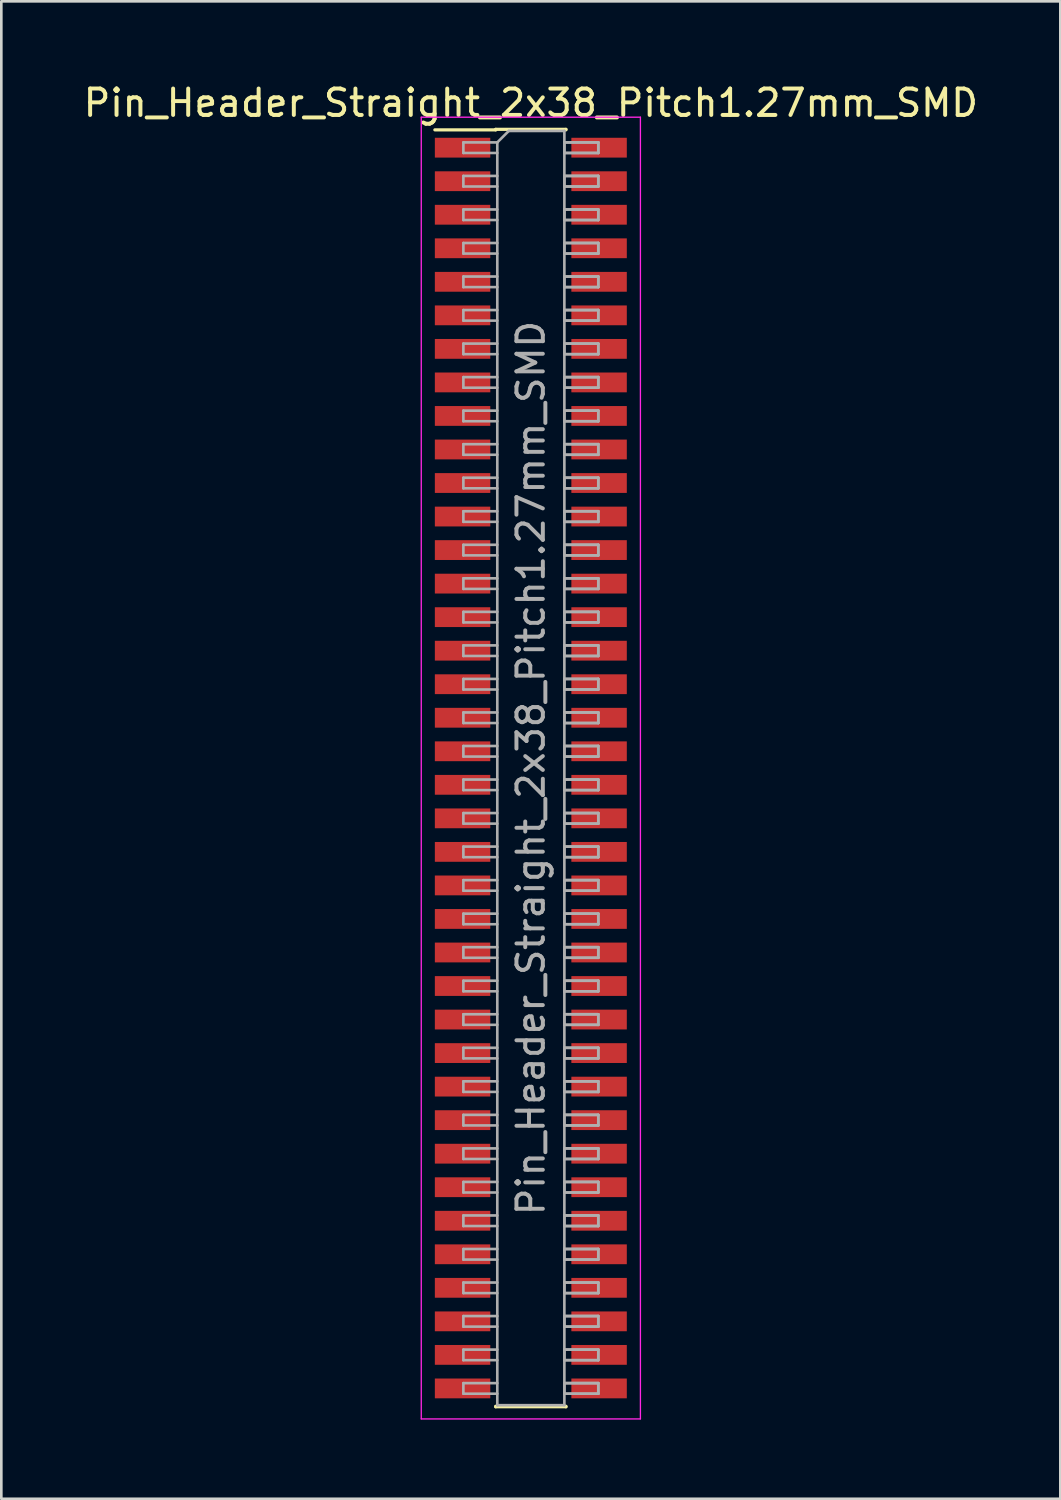
<source format=kicad_pcb>
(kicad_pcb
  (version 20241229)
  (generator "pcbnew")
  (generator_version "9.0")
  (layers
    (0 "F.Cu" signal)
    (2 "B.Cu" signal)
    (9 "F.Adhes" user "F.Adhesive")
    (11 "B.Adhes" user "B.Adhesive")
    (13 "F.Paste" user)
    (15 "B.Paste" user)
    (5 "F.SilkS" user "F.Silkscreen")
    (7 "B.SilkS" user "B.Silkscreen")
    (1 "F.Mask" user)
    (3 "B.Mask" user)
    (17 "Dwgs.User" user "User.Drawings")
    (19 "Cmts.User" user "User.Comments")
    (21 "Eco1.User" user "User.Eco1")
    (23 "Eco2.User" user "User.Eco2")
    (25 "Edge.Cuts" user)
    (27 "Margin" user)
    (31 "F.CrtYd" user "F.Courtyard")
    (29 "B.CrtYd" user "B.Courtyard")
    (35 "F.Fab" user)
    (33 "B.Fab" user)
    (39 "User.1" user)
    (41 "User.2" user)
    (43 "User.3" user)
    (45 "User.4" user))
  (footprint "Pin_Header_Straight_2x38_Pitch1.27mm_SMD"
    (layer "F.Cu")
    (at 17.054 26.038)
    (property "Reference" "Pin_Header_Straight_2x38_Pitch1.27mm_SMD" (at 0 -25.19 0) (layer "F.SilkS") (effects (font (size 1 1) (thickness 0.15))))
    (attr smd)
    (fp_line (start -3.635 -24.17) (end -1.33 -24.17) (stroke (width 0.12) (type solid)) (layer "F.SilkS"))
    (fp_line (start -1.33 -24.19) (end 1.33 -24.19) (stroke (width 0.12) (type solid)) (layer "F.SilkS"))
    (fp_line (start -1.33 -24.17) (end -1.33 -24.19) (stroke (width 0.12) (type solid)) (layer "F.SilkS"))
    (fp_line (start -1.33 24.17) (end -1.33 24.19) (stroke (width 0.12) (type solid)) (layer "F.SilkS"))
    (fp_line (start -1.33 24.19) (end 1.33 24.19) (stroke (width 0.12) (type solid)) (layer "F.SilkS"))
    (fp_line (start 1.33 -24.19) (end 1.33 -24.17) (stroke (width 0.12) (type solid)) (layer "F.SilkS"))
    (fp_line (start 1.33 24.19) (end 1.33 24.17) (stroke (width 0.12) (type solid)) (layer "F.SilkS"))
    (fp_line (start -4.15 -24.65) (end -4.15 24.65) (stroke (width 0.05) (type solid)) (layer "F.CrtYd"))
    (fp_line (start -4.15 24.65) (end 4.15 24.65) (stroke (width 0.05) (type solid)) (layer "F.CrtYd"))
    (fp_line (start 4.15 -24.65) (end -4.15 -24.65) (stroke (width 0.05) (type solid)) (layer "F.CrtYd"))
    (fp_line (start 4.15 24.65) (end 4.15 -24.65) (stroke (width 0.05) (type solid)) (layer "F.CrtYd"))
    (fp_line (start -2.555 -23.695) (end -2.555 -23.295) (stroke (width 0.1) (type solid)) (layer "F.Fab"))
    (fp_line (start -2.555 -23.295) (end -1.27 -23.295) (stroke (width 0.1) (type solid)) (layer "F.Fab"))
    (fp_line (start -2.555 -22.425) (end -2.555 -22.025) (stroke (width 0.1) (type solid)) (layer "F.Fab"))
    (fp_line (start -2.555 -22.025) (end -1.27 -22.025) (stroke (width 0.1) (type solid)) (layer "F.Fab"))
    (fp_line (start -2.555 -21.155) (end -2.555 -20.755) (stroke (width 0.1) (type solid)) (layer "F.Fab"))
    (fp_line (start -2.555 -20.755) (end -1.27 -20.755) (stroke (width 0.1) (type solid)) (layer "F.Fab"))
    (fp_line (start -2.555 -19.885) (end -2.555 -19.485) (stroke (width 0.1) (type solid)) (layer "F.Fab"))
    (fp_line (start -2.555 -19.485) (end -1.27 -19.485) (stroke (width 0.1) (type solid)) (layer "F.Fab"))
    (fp_line (start -2.555 -18.615) (end -2.555 -18.215) (stroke (width 0.1) (type solid)) (layer "F.Fab"))
    (fp_line (start -2.555 -18.215) (end -1.27 -18.215) (stroke (width 0.1) (type solid)) (layer "F.Fab"))
    (fp_line (start -2.555 -17.345) (end -2.555 -16.945) (stroke (width 0.1) (type solid)) (layer "F.Fab"))
    (fp_line (start -2.555 -16.945) (end -1.27 -16.945) (stroke (width 0.1) (type solid)) (layer "F.Fab"))
    (fp_line (start -2.555 -16.075) (end -2.555 -15.675) (stroke (width 0.1) (type solid)) (layer "F.Fab"))
    (fp_line (start -2.555 -15.675) (end -1.27 -15.675) (stroke (width 0.1) (type solid)) (layer "F.Fab"))
    (fp_line (start -2.555 -14.805) (end -2.555 -14.405) (stroke (width 0.1) (type solid)) (layer "F.Fab"))
    (fp_line (start -2.555 -14.405) (end -1.27 -14.405) (stroke (width 0.1) (type solid)) (layer "F.Fab"))
    (fp_line (start -2.555 -13.535) (end -2.555 -13.135) (stroke (width 0.1) (type solid)) (layer "F.Fab"))
    (fp_line (start -2.555 -13.135) (end -1.27 -13.135) (stroke (width 0.1) (type solid)) (layer "F.Fab"))
    (fp_line (start -2.555 -12.265) (end -2.555 -11.865) (stroke (width 0.1) (type solid)) (layer "F.Fab"))
    (fp_line (start -2.555 -11.865) (end -1.27 -11.865) (stroke (width 0.1) (type solid)) (layer "F.Fab"))
    (fp_line (start -2.555 -10.995) (end -2.555 -10.595) (stroke (width 0.1) (type solid)) (layer "F.Fab"))
    (fp_line (start -2.555 -10.595) (end -1.27 -10.595) (stroke (width 0.1) (type solid)) (layer "F.Fab"))
    (fp_line (start -2.555 -9.725) (end -2.555 -9.325) (stroke (width 0.1) (type solid)) (layer "F.Fab"))
    (fp_line (start -2.555 -9.325) (end -1.27 -9.325) (stroke (width 0.1) (type solid)) (layer "F.Fab"))
    (fp_line (start -2.555 -8.455) (end -2.555 -8.055) (stroke (width 0.1) (type solid)) (layer "F.Fab"))
    (fp_line (start -2.555 -8.055) (end -1.27 -8.055) (stroke (width 0.1) (type solid)) (layer "F.Fab"))
    (fp_line (start -2.555 -7.185) (end -2.555 -6.785) (stroke (width 0.1) (type solid)) (layer "F.Fab"))
    (fp_line (start -2.555 -6.785) (end -1.27 -6.785) (stroke (width 0.1) (type solid)) (layer "F.Fab"))
    (fp_line (start -2.555 -5.915) (end -2.555 -5.515) (stroke (width 0.1) (type solid)) (layer "F.Fab"))
    (fp_line (start -2.555 -5.515) (end -1.27 -5.515) (stroke (width 0.1) (type solid)) (layer "F.Fab"))
    (fp_line (start -2.555 -4.645) (end -2.555 -4.245) (stroke (width 0.1) (type solid)) (layer "F.Fab"))
    (fp_line (start -2.555 -4.245) (end -1.27 -4.245) (stroke (width 0.1) (type solid)) (layer "F.Fab"))
    (fp_line (start -2.555 -3.375) (end -2.555 -2.975) (stroke (width 0.1) (type solid)) (layer "F.Fab"))
    (fp_line (start -2.555 -2.975) (end -1.27 -2.975) (stroke (width 0.1) (type solid)) (layer "F.Fab"))
    (fp_line (start -2.555 -2.105) (end -2.555 -1.705) (stroke (width 0.1) (type solid)) (layer "F.Fab"))
    (fp_line (start -2.555 -1.705) (end -1.27 -1.705) (stroke (width 0.1) (type solid)) (layer "F.Fab"))
    (fp_line (start -2.555 -0.835) (end -2.555 -0.435) (stroke (width 0.1) (type solid)) (layer "F.Fab"))
    (fp_line (start -2.555 -0.435) (end -1.27 -0.435) (stroke (width 0.1) (type solid)) (layer "F.Fab"))
    (fp_line (start -2.555 0.435) (end -2.555 0.835) (stroke (width 0.1) (type solid)) (layer "F.Fab"))
    (fp_line (start -2.555 0.835) (end -1.27 0.835) (stroke (width 0.1) (type solid)) (layer "F.Fab"))
    (fp_line (start -2.555 1.705) (end -2.555 2.105) (stroke (width 0.1) (type solid)) (layer "F.Fab"))
    (fp_line (start -2.555 2.105) (end -1.27 2.105) (stroke (width 0.1) (type solid)) (layer "F.Fab"))
    (fp_line (start -2.555 2.975) (end -2.555 3.375) (stroke (width 0.1) (type solid)) (layer "F.Fab"))
    (fp_line (start -2.555 3.375) (end -1.27 3.375) (stroke (width 0.1) (type solid)) (layer "F.Fab"))
    (fp_line (start -2.555 4.245) (end -2.555 4.645) (stroke (width 0.1) (type solid)) (layer "F.Fab"))
    (fp_line (start -2.555 4.645) (end -1.27 4.645) (stroke (width 0.1) (type solid)) (layer "F.Fab"))
    (fp_line (start -2.555 5.515) (end -2.555 5.915) (stroke (width 0.1) (type solid)) (layer "F.Fab"))
    (fp_line (start -2.555 5.915) (end -1.27 5.915) (stroke (width 0.1) (type solid)) (layer "F.Fab"))
    (fp_line (start -2.555 6.785) (end -2.555 7.185) (stroke (width 0.1) (type solid)) (layer "F.Fab"))
    (fp_line (start -2.555 7.185) (end -1.27 7.185) (stroke (width 0.1) (type solid)) (layer "F.Fab"))
    (fp_line (start -2.555 8.055) (end -2.555 8.455) (stroke (width 0.1) (type solid)) (layer "F.Fab"))
    (fp_line (start -2.555 8.455) (end -1.27 8.455) (stroke (width 0.1) (type solid)) (layer "F.Fab"))
    (fp_line (start -2.555 9.325) (end -2.555 9.725) (stroke (width 0.1) (type solid)) (layer "F.Fab"))
    (fp_line (start -2.555 9.725) (end -1.27 9.725) (stroke (width 0.1) (type solid)) (layer "F.Fab"))
    (fp_line (start -2.555 10.595) (end -2.555 10.995) (stroke (width 0.1) (type solid)) (layer "F.Fab"))
    (fp_line (start -2.555 10.995) (end -1.27 10.995) (stroke (width 0.1) (type solid)) (layer "F.Fab"))
    (fp_line (start -2.555 11.865) (end -2.555 12.265) (stroke (width 0.1) (type solid)) (layer "F.Fab"))
    (fp_line (start -2.555 12.265) (end -1.27 12.265) (stroke (width 0.1) (type solid)) (layer "F.Fab"))
    (fp_line (start -2.555 13.135) (end -2.555 13.535) (stroke (width 0.1) (type solid)) (layer "F.Fab"))
    (fp_line (start -2.555 13.535) (end -1.27 13.535) (stroke (width 0.1) (type solid)) (layer "F.Fab"))
    (fp_line (start -2.555 14.405) (end -2.555 14.805) (stroke (width 0.1) (type solid)) (layer "F.Fab"))
    (fp_line (start -2.555 14.805) (end -1.27 14.805) (stroke (width 0.1) (type solid)) (layer "F.Fab"))
    (fp_line (start -2.555 15.675) (end -2.555 16.075) (stroke (width 0.1) (type solid)) (layer "F.Fab"))
    (fp_line (start -2.555 16.075) (end -1.27 16.075) (stroke (width 0.1) (type solid)) (layer "F.Fab"))
    (fp_line (start -2.555 16.945) (end -2.555 17.345) (stroke (width 0.1) (type solid)) (layer "F.Fab"))
    (fp_line (start -2.555 17.345) (end -1.27 17.345) (stroke (width 0.1) (type solid)) (layer "F.Fab"))
    (fp_line (start -2.555 18.215) (end -2.555 18.615) (stroke (width 0.1) (type solid)) (layer "F.Fab"))
    (fp_line (start -2.555 18.615) (end -1.27 18.615) (stroke (width 0.1) (type solid)) (layer "F.Fab"))
    (fp_line (start -2.555 19.485) (end -2.555 19.885) (stroke (width 0.1) (type solid)) (layer "F.Fab"))
    (fp_line (start -2.555 19.885) (end -1.27 19.885) (stroke (width 0.1) (type solid)) (layer "F.Fab"))
    (fp_line (start -2.555 20.755) (end -2.555 21.155) (stroke (width 0.1) (type solid)) (layer "F.Fab"))
    (fp_line (start -2.555 21.155) (end -1.27 21.155) (stroke (width 0.1) (type solid)) (layer "F.Fab"))
    (fp_line (start -2.555 22.025) (end -2.555 22.425) (stroke (width 0.1) (type solid)) (layer "F.Fab"))
    (fp_line (start -2.555 22.425) (end -1.27 22.425) (stroke (width 0.1) (type solid)) (layer "F.Fab"))
    (fp_line (start -2.555 23.295) (end -2.555 23.695) (stroke (width 0.1) (type solid)) (layer "F.Fab"))
    (fp_line (start -2.555 23.695) (end -1.27 23.695) (stroke (width 0.1) (type solid)) (layer "F.Fab"))
    (fp_line (start -1.27 -23.695) (end -2.555 -23.695) (stroke (width 0.1) (type solid)) (layer "F.Fab"))
    (fp_line (start -1.27 -23.695) (end -0.835 -24.13) (stroke (width 0.1) (type solid)) (layer "F.Fab"))
    (fp_line (start -1.27 -22.425) (end -2.555 -22.425) (stroke (width 0.1) (type solid)) (layer "F.Fab"))
    (fp_line (start -1.27 -21.155) (end -2.555 -21.155) (stroke (width 0.1) (type solid)) (layer "F.Fab"))
    (fp_line (start -1.27 -19.885) (end -2.555 -19.885) (stroke (width 0.1) (type solid)) (layer "F.Fab"))
    (fp_line (start -1.27 -18.615) (end -2.555 -18.615) (stroke (width 0.1) (type solid)) (layer "F.Fab"))
    (fp_line (start -1.27 -17.345) (end -2.555 -17.345) (stroke (width 0.1) (type solid)) (layer "F.Fab"))
    (fp_line (start -1.27 -16.075) (end -2.555 -16.075) (stroke (width 0.1) (type solid)) (layer "F.Fab"))
    (fp_line (start -1.27 -14.805) (end -2.555 -14.805) (stroke (width 0.1) (type solid)) (layer "F.Fab"))
    (fp_line (start -1.27 -13.535) (end -2.555 -13.535) (stroke (width 0.1) (type solid)) (layer "F.Fab"))
    (fp_line (start -1.27 -12.265) (end -2.555 -12.265) (stroke (width 0.1) (type solid)) (layer "F.Fab"))
    (fp_line (start -1.27 -10.995) (end -2.555 -10.995) (stroke (width 0.1) (type solid)) (layer "F.Fab"))
    (fp_line (start -1.27 -9.725) (end -2.555 -9.725) (stroke (width 0.1) (type solid)) (layer "F.Fab"))
    (fp_line (start -1.27 -8.455) (end -2.555 -8.455) (stroke (width 0.1) (type solid)) (layer "F.Fab"))
    (fp_line (start -1.27 -7.185) (end -2.555 -7.185) (stroke (width 0.1) (type solid)) (layer "F.Fab"))
    (fp_line (start -1.27 -5.915) (end -2.555 -5.915) (stroke (width 0.1) (type solid)) (layer "F.Fab"))
    (fp_line (start -1.27 -4.645) (end -2.555 -4.645) (stroke (width 0.1) (type solid)) (layer "F.Fab"))
    (fp_line (start -1.27 -3.375) (end -2.555 -3.375) (stroke (width 0.1) (type solid)) (layer "F.Fab"))
    (fp_line (start -1.27 -2.105) (end -2.555 -2.105) (stroke (width 0.1) (type solid)) (layer "F.Fab"))
    (fp_line (start -1.27 -0.835) (end -2.555 -0.835) (stroke (width 0.1) (type solid)) (layer "F.Fab"))
    (fp_line (start -1.27 0.435) (end -2.555 0.435) (stroke (width 0.1) (type solid)) (layer "F.Fab"))
    (fp_line (start -1.27 1.705) (end -2.555 1.705) (stroke (width 0.1) (type solid)) (layer "F.Fab"))
    (fp_line (start -1.27 2.975) (end -2.555 2.975) (stroke (width 0.1) (type solid)) (layer "F.Fab"))
    (fp_line (start -1.27 4.245) (end -2.555 4.245) (stroke (width 0.1) (type solid)) (layer "F.Fab"))
    (fp_line (start -1.27 5.515) (end -2.555 5.515) (stroke (width 0.1) (type solid)) (layer "F.Fab"))
    (fp_line (start -1.27 6.785) (end -2.555 6.785) (stroke (width 0.1) (type solid)) (layer "F.Fab"))
    (fp_line (start -1.27 8.055) (end -2.555 8.055) (stroke (width 0.1) (type solid)) (layer "F.Fab"))
    (fp_line (start -1.27 9.325) (end -2.555 9.325) (stroke (width 0.1) (type solid)) (layer "F.Fab"))
    (fp_line (start -1.27 10.595) (end -2.555 10.595) (stroke (width 0.1) (type solid)) (layer "F.Fab"))
    (fp_line (start -1.27 11.865) (end -2.555 11.865) (stroke (width 0.1) (type solid)) (layer "F.Fab"))
    (fp_line (start -1.27 13.135) (end -2.555 13.135) (stroke (width 0.1) (type solid)) (layer "F.Fab"))
    (fp_line (start -1.27 14.405) (end -2.555 14.405) (stroke (width 0.1) (type solid)) (layer "F.Fab"))
    (fp_line (start -1.27 15.675) (end -2.555 15.675) (stroke (width 0.1) (type solid)) (layer "F.Fab"))
    (fp_line (start -1.27 16.945) (end -2.555 16.945) (stroke (width 0.1) (type solid)) (layer "F.Fab"))
    (fp_line (start -1.27 18.215) (end -2.555 18.215) (stroke (width 0.1) (type solid)) (layer "F.Fab"))
    (fp_line (start -1.27 19.485) (end -2.555 19.485) (stroke (width 0.1) (type solid)) (layer "F.Fab"))
    (fp_line (start -1.27 20.755) (end -2.555 20.755) (stroke (width 0.1) (type solid)) (layer "F.Fab"))
    (fp_line (start -1.27 22.025) (end -2.555 22.025) (stroke (width 0.1) (type solid)) (layer "F.Fab"))
    (fp_line (start -1.27 23.295) (end -2.555 23.295) (stroke (width 0.1) (type solid)) (layer "F.Fab"))
    (fp_line (start -1.27 24.13) (end -1.27 -23.695) (stroke (width 0.1) (type solid)) (layer "F.Fab"))
    (fp_line (start -0.835 -24.13) (end 1.27 -24.13) (stroke (width 0.1) (type solid)) (layer "F.Fab"))
    (fp_line (start 1.27 -24.13) (end 1.27 24.13) (stroke (width 0.1) (type solid)) (layer "F.Fab"))
    (fp_line (start 1.27 -23.695) (end 1.27 -23.295) (stroke (width 0.1) (type solid)) (layer "F.Fab"))
    (fp_line (start 1.27 -23.695) (end 2.555 -23.695) (stroke (width 0.1) (type solid)) (layer "F.Fab"))
    (fp_line (start 1.27 -23.295) (end 2.555 -23.295) (stroke (width 0.1) (type solid)) (layer "F.Fab"))
    (fp_line (start 1.27 -22.425) (end 1.27 -22.025) (stroke (width 0.1) (type solid)) (layer "F.Fab"))
    (fp_line (start 1.27 -22.425) (end 2.555 -22.425) (stroke (width 0.1) (type solid)) (layer "F.Fab"))
    (fp_line (start 1.27 -22.025) (end 2.555 -22.025) (stroke (width 0.1) (type solid)) (layer "F.Fab"))
    (fp_line (start 1.27 -21.155) (end 1.27 -20.755) (stroke (width 0.1) (type solid)) (layer "F.Fab"))
    (fp_line (start 1.27 -21.155) (end 2.555 -21.155) (stroke (width 0.1) (type solid)) (layer "F.Fab"))
    (fp_line (start 1.27 -20.755) (end 2.555 -20.755) (stroke (width 0.1) (type solid)) (layer "F.Fab"))
    (fp_line (start 1.27 -19.885) (end 1.27 -19.485) (stroke (width 0.1) (type solid)) (layer "F.Fab"))
    (fp_line (start 1.27 -19.885) (end 2.555 -19.885) (stroke (width 0.1) (type solid)) (layer "F.Fab"))
    (fp_line (start 1.27 -19.485) (end 2.555 -19.485) (stroke (width 0.1) (type solid)) (layer "F.Fab"))
    (fp_line (start 1.27 -18.615) (end 1.27 -18.215) (stroke (width 0.1) (type solid)) (layer "F.Fab"))
    (fp_line (start 1.27 -18.615) (end 2.555 -18.615) (stroke (width 0.1) (type solid)) (layer "F.Fab"))
    (fp_line (start 1.27 -18.215) (end 2.555 -18.215) (stroke (width 0.1) (type solid)) (layer "F.Fab"))
    (fp_line (start 1.27 -17.345) (end 1.27 -16.945) (stroke (width 0.1) (type solid)) (layer "F.Fab"))
    (fp_line (start 1.27 -17.345) (end 2.555 -17.345) (stroke (width 0.1) (type solid)) (layer "F.Fab"))
    (fp_line (start 1.27 -16.945) (end 2.555 -16.945) (stroke (width 0.1) (type solid)) (layer "F.Fab"))
    (fp_line (start 1.27 -16.075) (end 1.27 -15.675) (stroke (width 0.1) (type solid)) (layer "F.Fab"))
    (fp_line (start 1.27 -16.075) (end 2.555 -16.075) (stroke (width 0.1) (type solid)) (layer "F.Fab"))
    (fp_line (start 1.27 -15.675) (end 2.555 -15.675) (stroke (width 0.1) (type solid)) (layer "F.Fab"))
    (fp_line (start 1.27 -14.805) (end 1.27 -14.405) (stroke (width 0.1) (type solid)) (layer "F.Fab"))
    (fp_line (start 1.27 -14.805) (end 2.555 -14.805) (stroke (width 0.1) (type solid)) (layer "F.Fab"))
    (fp_line (start 1.27 -14.405) (end 2.555 -14.405) (stroke (width 0.1) (type solid)) (layer "F.Fab"))
    (fp_line (start 1.27 -13.535) (end 1.27 -13.135) (stroke (width 0.1) (type solid)) (layer "F.Fab"))
    (fp_line (start 1.27 -13.535) (end 2.555 -13.535) (stroke (width 0.1) (type solid)) (layer "F.Fab"))
    (fp_line (start 1.27 -13.135) (end 2.555 -13.135) (stroke (width 0.1) (type solid)) (layer "F.Fab"))
    (fp_line (start 1.27 -12.265) (end 1.27 -11.865) (stroke (width 0.1) (type solid)) (layer "F.Fab"))
    (fp_line (start 1.27 -12.265) (end 2.555 -12.265) (stroke (width 0.1) (type solid)) (layer "F.Fab"))
    (fp_line (start 1.27 -11.865) (end 2.555 -11.865) (stroke (width 0.1) (type solid)) (layer "F.Fab"))
    (fp_line (start 1.27 -10.995) (end 1.27 -10.595) (stroke (width 0.1) (type solid)) (layer "F.Fab"))
    (fp_line (start 1.27 -10.995) (end 2.555 -10.995) (stroke (width 0.1) (type solid)) (layer "F.Fab"))
    (fp_line (start 1.27 -10.595) (end 2.555 -10.595) (stroke (width 0.1) (type solid)) (layer "F.Fab"))
    (fp_line (start 1.27 -9.725) (end 1.27 -9.325) (stroke (width 0.1) (type solid)) (layer "F.Fab"))
    (fp_line (start 1.27 -9.725) (end 2.555 -9.725) (stroke (width 0.1) (type solid)) (layer "F.Fab"))
    (fp_line (start 1.27 -9.325) (end 2.555 -9.325) (stroke (width 0.1) (type solid)) (layer "F.Fab"))
    (fp_line (start 1.27 -8.455) (end 1.27 -8.055) (stroke (width 0.1) (type solid)) (layer "F.Fab"))
    (fp_line (start 1.27 -8.455) (end 2.555 -8.455) (stroke (width 0.1) (type solid)) (layer "F.Fab"))
    (fp_line (start 1.27 -8.055) (end 2.555 -8.055) (stroke (width 0.1) (type solid)) (layer "F.Fab"))
    (fp_line (start 1.27 -7.185) (end 1.27 -6.785) (stroke (width 0.1) (type solid)) (layer "F.Fab"))
    (fp_line (start 1.27 -7.185) (end 2.555 -7.185) (stroke (width 0.1) (type solid)) (layer "F.Fab"))
    (fp_line (start 1.27 -6.785) (end 2.555 -6.785) (stroke (width 0.1) (type solid)) (layer "F.Fab"))
    (fp_line (start 1.27 -5.915) (end 1.27 -5.515) (stroke (width 0.1) (type solid)) (layer "F.Fab"))
    (fp_line (start 1.27 -5.915) (end 2.555 -5.915) (stroke (width 0.1) (type solid)) (layer "F.Fab"))
    (fp_line (start 1.27 -5.515) (end 2.555 -5.515) (stroke (width 0.1) (type solid)) (layer "F.Fab"))
    (fp_line (start 1.27 -4.645) (end 1.27 -4.245) (stroke (width 0.1) (type solid)) (layer "F.Fab"))
    (fp_line (start 1.27 -4.645) (end 2.555 -4.645) (stroke (width 0.1) (type solid)) (layer "F.Fab"))
    (fp_line (start 1.27 -4.245) (end 2.555 -4.245) (stroke (width 0.1) (type solid)) (layer "F.Fab"))
    (fp_line (start 1.27 -3.375) (end 1.27 -2.975) (stroke (width 0.1) (type solid)) (layer "F.Fab"))
    (fp_line (start 1.27 -3.375) (end 2.555 -3.375) (stroke (width 0.1) (type solid)) (layer "F.Fab"))
    (fp_line (start 1.27 -2.975) (end 2.555 -2.975) (stroke (width 0.1) (type solid)) (layer "F.Fab"))
    (fp_line (start 1.27 -2.105) (end 1.27 -1.705) (stroke (width 0.1) (type solid)) (layer "F.Fab"))
    (fp_line (start 1.27 -2.105) (end 2.555 -2.105) (stroke (width 0.1) (type solid)) (layer "F.Fab"))
    (fp_line (start 1.27 -1.705) (end 2.555 -1.705) (stroke (width 0.1) (type solid)) (layer "F.Fab"))
    (fp_line (start 1.27 -0.835) (end 1.27 -0.435) (stroke (width 0.1) (type solid)) (layer "F.Fab"))
    (fp_line (start 1.27 -0.835) (end 2.555 -0.835) (stroke (width 0.1) (type solid)) (layer "F.Fab"))
    (fp_line (start 1.27 -0.435) (end 2.555 -0.435) (stroke (width 0.1) (type solid)) (layer "F.Fab"))
    (fp_line (start 1.27 0.435) (end 1.27 0.835) (stroke (width 0.1) (type solid)) (layer "F.Fab"))
    (fp_line (start 1.27 0.435) (end 2.555 0.435) (stroke (width 0.1) (type solid)) (layer "F.Fab"))
    (fp_line (start 1.27 0.835) (end 2.555 0.835) (stroke (width 0.1) (type solid)) (layer "F.Fab"))
    (fp_line (start 1.27 1.705) (end 1.27 2.105) (stroke (width 0.1) (type solid)) (layer "F.Fab"))
    (fp_line (start 1.27 1.705) (end 2.555 1.705) (stroke (width 0.1) (type solid)) (layer "F.Fab"))
    (fp_line (start 1.27 2.105) (end 2.555 2.105) (stroke (width 0.1) (type solid)) (layer "F.Fab"))
    (fp_line (start 1.27 2.975) (end 1.27 3.375) (stroke (width 0.1) (type solid)) (layer "F.Fab"))
    (fp_line (start 1.27 2.975) (end 2.555 2.975) (stroke (width 0.1) (type solid)) (layer "F.Fab"))
    (fp_line (start 1.27 3.375) (end 2.555 3.375) (stroke (width 0.1) (type solid)) (layer "F.Fab"))
    (fp_line (start 1.27 4.245) (end 1.27 4.645) (stroke (width 0.1) (type solid)) (layer "F.Fab"))
    (fp_line (start 1.27 4.245) (end 2.555 4.245) (stroke (width 0.1) (type solid)) (layer "F.Fab"))
    (fp_line (start 1.27 4.645) (end 2.555 4.645) (stroke (width 0.1) (type solid)) (layer "F.Fab"))
    (fp_line (start 1.27 5.515) (end 1.27 5.915) (stroke (width 0.1) (type solid)) (layer "F.Fab"))
    (fp_line (start 1.27 5.515) (end 2.555 5.515) (stroke (width 0.1) (type solid)) (layer "F.Fab"))
    (fp_line (start 1.27 5.915) (end 2.555 5.915) (stroke (width 0.1) (type solid)) (layer "F.Fab"))
    (fp_line (start 1.27 6.785) (end 1.27 7.185) (stroke (width 0.1) (type solid)) (layer "F.Fab"))
    (fp_line (start 1.27 6.785) (end 2.555 6.785) (stroke (width 0.1) (type solid)) (layer "F.Fab"))
    (fp_line (start 1.27 7.185) (end 2.555 7.185) (stroke (width 0.1) (type solid)) (layer "F.Fab"))
    (fp_line (start 1.27 8.055) (end 1.27 8.455) (stroke (width 0.1) (type solid)) (layer "F.Fab"))
    (fp_line (start 1.27 8.055) (end 2.555 8.055) (stroke (width 0.1) (type solid)) (layer "F.Fab"))
    (fp_line (start 1.27 8.455) (end 2.555 8.455) (stroke (width 0.1) (type solid)) (layer "F.Fab"))
    (fp_line (start 1.27 9.325) (end 1.27 9.725) (stroke (width 0.1) (type solid)) (layer "F.Fab"))
    (fp_line (start 1.27 9.325) (end 2.555 9.325) (stroke (width 0.1) (type solid)) (layer "F.Fab"))
    (fp_line (start 1.27 9.725) (end 2.555 9.725) (stroke (width 0.1) (type solid)) (layer "F.Fab"))
    (fp_line (start 1.27 10.595) (end 1.27 10.995) (stroke (width 0.1) (type solid)) (layer "F.Fab"))
    (fp_line (start 1.27 10.595) (end 2.555 10.595) (stroke (width 0.1) (type solid)) (layer "F.Fab"))
    (fp_line (start 1.27 10.995) (end 2.555 10.995) (stroke (width 0.1) (type solid)) (layer "F.Fab"))
    (fp_line (start 1.27 11.865) (end 1.27 12.265) (stroke (width 0.1) (type solid)) (layer "F.Fab"))
    (fp_line (start 1.27 11.865) (end 2.555 11.865) (stroke (width 0.1) (type solid)) (layer "F.Fab"))
    (fp_line (start 1.27 12.265) (end 2.555 12.265) (stroke (width 0.1) (type solid)) (layer "F.Fab"))
    (fp_line (start 1.27 13.135) (end 1.27 13.535) (stroke (width 0.1) (type solid)) (layer "F.Fab"))
    (fp_line (start 1.27 13.135) (end 2.555 13.135) (stroke (width 0.1) (type solid)) (layer "F.Fab"))
    (fp_line (start 1.27 13.535) (end 2.555 13.535) (stroke (width 0.1) (type solid)) (layer "F.Fab"))
    (fp_line (start 1.27 14.405) (end 1.27 14.805) (stroke (width 0.1) (type solid)) (layer "F.Fab"))
    (fp_line (start 1.27 14.405) (end 2.555 14.405) (stroke (width 0.1) (type solid)) (layer "F.Fab"))
    (fp_line (start 1.27 14.805) (end 2.555 14.805) (stroke (width 0.1) (type solid)) (layer "F.Fab"))
    (fp_line (start 1.27 15.675) (end 1.27 16.075) (stroke (width 0.1) (type solid)) (layer "F.Fab"))
    (fp_line (start 1.27 15.675) (end 2.555 15.675) (stroke (width 0.1) (type solid)) (layer "F.Fab"))
    (fp_line (start 1.27 16.075) (end 2.555 16.075) (stroke (width 0.1) (type solid)) (layer "F.Fab"))
    (fp_line (start 1.27 16.945) (end 1.27 17.345) (stroke (width 0.1) (type solid)) (layer "F.Fab"))
    (fp_line (start 1.27 16.945) (end 2.555 16.945) (stroke (width 0.1) (type solid)) (layer "F.Fab"))
    (fp_line (start 1.27 17.345) (end 2.555 17.345) (stroke (width 0.1) (type solid)) (layer "F.Fab"))
    (fp_line (start 1.27 18.215) (end 1.27 18.615) (stroke (width 0.1) (type solid)) (layer "F.Fab"))
    (fp_line (start 1.27 18.215) (end 2.555 18.215) (stroke (width 0.1) (type solid)) (layer "F.Fab"))
    (fp_line (start 1.27 18.615) (end 2.555 18.615) (stroke (width 0.1) (type solid)) (layer "F.Fab"))
    (fp_line (start 1.27 19.485) (end 1.27 19.885) (stroke (width 0.1) (type solid)) (layer "F.Fab"))
    (fp_line (start 1.27 19.485) (end 2.555 19.485) (stroke (width 0.1) (type solid)) (layer "F.Fab"))
    (fp_line (start 1.27 19.885) (end 2.555 19.885) (stroke (width 0.1) (type solid)) (layer "F.Fab"))
    (fp_line (start 1.27 20.755) (end 1.27 21.155) (stroke (width 0.1) (type solid)) (layer "F.Fab"))
    (fp_line (start 1.27 20.755) (end 2.555 20.755) (stroke (width 0.1) (type solid)) (layer "F.Fab"))
    (fp_line (start 1.27 21.155) (end 2.555 21.155) (stroke (width 0.1) (type solid)) (layer "F.Fab"))
    (fp_line (start 1.27 22.025) (end 1.27 22.425) (stroke (width 0.1) (type solid)) (layer "F.Fab"))
    (fp_line (start 1.27 22.025) (end 2.555 22.025) (stroke (width 0.1) (type solid)) (layer "F.Fab"))
    (fp_line (start 1.27 22.425) (end 2.555 22.425) (stroke (width 0.1) (type solid)) (layer "F.Fab"))
    (fp_line (start 1.27 23.295) (end 1.27 23.695) (stroke (width 0.1) (type solid)) (layer "F.Fab"))
    (fp_line (start 1.27 23.295) (end 2.555 23.295) (stroke (width 0.1) (type solid)) (layer "F.Fab"))
    (fp_line (start 1.27 23.695) (end 2.555 23.695) (stroke (width 0.1) (type solid)) (layer "F.Fab"))
    (fp_line (start 1.27 24.13) (end -1.27 24.13) (stroke (width 0.1) (type solid)) (layer "F.Fab"))
    (fp_line (start 2.555 -23.695) (end 1.27 -23.695) (stroke (width 0.1) (type solid)) (layer "F.Fab"))
    (fp_line (start 2.555 -23.695) (end 2.555 -23.295) (stroke (width 0.1) (type solid)) (layer "F.Fab"))
    (fp_line (start 2.555 -23.295) (end 1.27 -23.295) (stroke (width 0.1) (type solid)) (layer "F.Fab"))
    (fp_line (start 2.555 -23.295) (end 2.555 -23.695) (stroke (width 0.1) (type solid)) (layer "F.Fab"))
    (fp_line (start 2.555 -22.425) (end 1.27 -22.425) (stroke (width 0.1) (type solid)) (layer "F.Fab"))
    (fp_line (start 2.555 -22.425) (end 2.555 -22.025) (stroke (width 0.1) (type solid)) (layer "F.Fab"))
    (fp_line (start 2.555 -22.025) (end 1.27 -22.025) (stroke (width 0.1) (type solid)) (layer "F.Fab"))
    (fp_line (start 2.555 -22.025) (end 2.555 -22.425) (stroke (width 0.1) (type solid)) (layer "F.Fab"))
    (fp_line (start 2.555 -21.155) (end 1.27 -21.155) (stroke (width 0.1) (type solid)) (layer "F.Fab"))
    (fp_line (start 2.555 -21.155) (end 2.555 -20.755) (stroke (width 0.1) (type solid)) (layer "F.Fab"))
    (fp_line (start 2.555 -20.755) (end 1.27 -20.755) (stroke (width 0.1) (type solid)) (layer "F.Fab"))
    (fp_line (start 2.555 -20.755) (end 2.555 -21.155) (stroke (width 0.1) (type solid)) (layer "F.Fab"))
    (fp_line (start 2.555 -19.885) (end 1.27 -19.885) (stroke (width 0.1) (type solid)) (layer "F.Fab"))
    (fp_line (start 2.555 -19.885) (end 2.555 -19.485) (stroke (width 0.1) (type solid)) (layer "F.Fab"))
    (fp_line (start 2.555 -19.485) (end 1.27 -19.485) (stroke (width 0.1) (type solid)) (layer "F.Fab"))
    (fp_line (start 2.555 -19.485) (end 2.555 -19.885) (stroke (width 0.1) (type solid)) (layer "F.Fab"))
    (fp_line (start 2.555 -18.615) (end 1.27 -18.615) (stroke (width 0.1) (type solid)) (layer "F.Fab"))
    (fp_line (start 2.555 -18.615) (end 2.555 -18.215) (stroke (width 0.1) (type solid)) (layer "F.Fab"))
    (fp_line (start 2.555 -18.215) (end 1.27 -18.215) (stroke (width 0.1) (type solid)) (layer "F.Fab"))
    (fp_line (start 2.555 -18.215) (end 2.555 -18.615) (stroke (width 0.1) (type solid)) (layer "F.Fab"))
    (fp_line (start 2.555 -17.345) (end 1.27 -17.345) (stroke (width 0.1) (type solid)) (layer "F.Fab"))
    (fp_line (start 2.555 -17.345) (end 2.555 -16.945) (stroke (width 0.1) (type solid)) (layer "F.Fab"))
    (fp_line (start 2.555 -16.945) (end 1.27 -16.945) (stroke (width 0.1) (type solid)) (layer "F.Fab"))
    (fp_line (start 2.555 -16.945) (end 2.555 -17.345) (stroke (width 0.1) (type solid)) (layer "F.Fab"))
    (fp_line (start 2.555 -16.075) (end 1.27 -16.075) (stroke (width 0.1) (type solid)) (layer "F.Fab"))
    (fp_line (start 2.555 -16.075) (end 2.555 -15.675) (stroke (width 0.1) (type solid)) (layer "F.Fab"))
    (fp_line (start 2.555 -15.675) (end 1.27 -15.675) (stroke (width 0.1) (type solid)) (layer "F.Fab"))
    (fp_line (start 2.555 -15.675) (end 2.555 -16.075) (stroke (width 0.1) (type solid)) (layer "F.Fab"))
    (fp_line (start 2.555 -14.805) (end 1.27 -14.805) (stroke (width 0.1) (type solid)) (layer "F.Fab"))
    (fp_line (start 2.555 -14.805) (end 2.555 -14.405) (stroke (width 0.1) (type solid)) (layer "F.Fab"))
    (fp_line (start 2.555 -14.405) (end 1.27 -14.405) (stroke (width 0.1) (type solid)) (layer "F.Fab"))
    (fp_line (start 2.555 -14.405) (end 2.555 -14.805) (stroke (width 0.1) (type solid)) (layer "F.Fab"))
    (fp_line (start 2.555 -13.535) (end 1.27 -13.535) (stroke (width 0.1) (type solid)) (layer "F.Fab"))
    (fp_line (start 2.555 -13.535) (end 2.555 -13.135) (stroke (width 0.1) (type solid)) (layer "F.Fab"))
    (fp_line (start 2.555 -13.135) (end 1.27 -13.135) (stroke (width 0.1) (type solid)) (layer "F.Fab"))
    (fp_line (start 2.555 -13.135) (end 2.555 -13.535) (stroke (width 0.1) (type solid)) (layer "F.Fab"))
    (fp_line (start 2.555 -12.265) (end 1.27 -12.265) (stroke (width 0.1) (type solid)) (layer "F.Fab"))
    (fp_line (start 2.555 -12.265) (end 2.555 -11.865) (stroke (width 0.1) (type solid)) (layer "F.Fab"))
    (fp_line (start 2.555 -11.865) (end 1.27 -11.865) (stroke (width 0.1) (type solid)) (layer "F.Fab"))
    (fp_line (start 2.555 -11.865) (end 2.555 -12.265) (stroke (width 0.1) (type solid)) (layer "F.Fab"))
    (fp_line (start 2.555 -10.995) (end 1.27 -10.995) (stroke (width 0.1) (type solid)) (layer "F.Fab"))
    (fp_line (start 2.555 -10.995) (end 2.555 -10.595) (stroke (width 0.1) (type solid)) (layer "F.Fab"))
    (fp_line (start 2.555 -10.595) (end 1.27 -10.595) (stroke (width 0.1) (type solid)) (layer "F.Fab"))
    (fp_line (start 2.555 -10.595) (end 2.555 -10.995) (stroke (width 0.1) (type solid)) (layer "F.Fab"))
    (fp_line (start 2.555 -9.725) (end 1.27 -9.725) (stroke (width 0.1) (type solid)) (layer "F.Fab"))
    (fp_line (start 2.555 -9.725) (end 2.555 -9.325) (stroke (width 0.1) (type solid)) (layer "F.Fab"))
    (fp_line (start 2.555 -9.325) (end 1.27 -9.325) (stroke (width 0.1) (type solid)) (layer "F.Fab"))
    (fp_line (start 2.555 -9.325) (end 2.555 -9.725) (stroke (width 0.1) (type solid)) (layer "F.Fab"))
    (fp_line (start 2.555 -8.455) (end 1.27 -8.455) (stroke (width 0.1) (type solid)) (layer "F.Fab"))
    (fp_line (start 2.555 -8.455) (end 2.555 -8.055) (stroke (width 0.1) (type solid)) (layer "F.Fab"))
    (fp_line (start 2.555 -8.055) (end 1.27 -8.055) (stroke (width 0.1) (type solid)) (layer "F.Fab"))
    (fp_line (start 2.555 -8.055) (end 2.555 -8.455) (stroke (width 0.1) (type solid)) (layer "F.Fab"))
    (fp_line (start 2.555 -7.185) (end 1.27 -7.185) (stroke (width 0.1) (type solid)) (layer "F.Fab"))
    (fp_line (start 2.555 -7.185) (end 2.555 -6.785) (stroke (width 0.1) (type solid)) (layer "F.Fab"))
    (fp_line (start 2.555 -6.785) (end 1.27 -6.785) (stroke (width 0.1) (type solid)) (layer "F.Fab"))
    (fp_line (start 2.555 -6.785) (end 2.555 -7.185) (stroke (width 0.1) (type solid)) (layer "F.Fab"))
    (fp_line (start 2.555 -5.915) (end 1.27 -5.915) (stroke (width 0.1) (type solid)) (layer "F.Fab"))
    (fp_line (start 2.555 -5.915) (end 2.555 -5.515) (stroke (width 0.1) (type solid)) (layer "F.Fab"))
    (fp_line (start 2.555 -5.515) (end 1.27 -5.515) (stroke (width 0.1) (type solid)) (layer "F.Fab"))
    (fp_line (start 2.555 -5.515) (end 2.555 -5.915) (stroke (width 0.1) (type solid)) (layer "F.Fab"))
    (fp_line (start 2.555 -4.645) (end 1.27 -4.645) (stroke (width 0.1) (type solid)) (layer "F.Fab"))
    (fp_line (start 2.555 -4.645) (end 2.555 -4.245) (stroke (width 0.1) (type solid)) (layer "F.Fab"))
    (fp_line (start 2.555 -4.245) (end 1.27 -4.245) (stroke (width 0.1) (type solid)) (layer "F.Fab"))
    (fp_line (start 2.555 -4.245) (end 2.555 -4.645) (stroke (width 0.1) (type solid)) (layer "F.Fab"))
    (fp_line (start 2.555 -3.375) (end 1.27 -3.375) (stroke (width 0.1) (type solid)) (layer "F.Fab"))
    (fp_line (start 2.555 -3.375) (end 2.555 -2.975) (stroke (width 0.1) (type solid)) (layer "F.Fab"))
    (fp_line (start 2.555 -2.975) (end 1.27 -2.975) (stroke (width 0.1) (type solid)) (layer "F.Fab"))
    (fp_line (start 2.555 -2.975) (end 2.555 -3.375) (stroke (width 0.1) (type solid)) (layer "F.Fab"))
    (fp_line (start 2.555 -2.105) (end 1.27 -2.105) (stroke (width 0.1) (type solid)) (layer "F.Fab"))
    (fp_line (start 2.555 -2.105) (end 2.555 -1.705) (stroke (width 0.1) (type solid)) (layer "F.Fab"))
    (fp_line (start 2.555 -1.705) (end 1.27 -1.705) (stroke (width 0.1) (type solid)) (layer "F.Fab"))
    (fp_line (start 2.555 -1.705) (end 2.555 -2.105) (stroke (width 0.1) (type solid)) (layer "F.Fab"))
    (fp_line (start 2.555 -0.835) (end 1.27 -0.835) (stroke (width 0.1) (type solid)) (layer "F.Fab"))
    (fp_line (start 2.555 -0.835) (end 2.555 -0.435) (stroke (width 0.1) (type solid)) (layer "F.Fab"))
    (fp_line (start 2.555 -0.435) (end 1.27 -0.435) (stroke (width 0.1) (type solid)) (layer "F.Fab"))
    (fp_line (start 2.555 -0.435) (end 2.555 -0.835) (stroke (width 0.1) (type solid)) (layer "F.Fab"))
    (fp_line (start 2.555 0.435) (end 1.27 0.435) (stroke (width 0.1) (type solid)) (layer "F.Fab"))
    (fp_line (start 2.555 0.435) (end 2.555 0.835) (stroke (width 0.1) (type solid)) (layer "F.Fab"))
    (fp_line (start 2.555 0.835) (end 1.27 0.835) (stroke (width 0.1) (type solid)) (layer "F.Fab"))
    (fp_line (start 2.555 0.835) (end 2.555 0.435) (stroke (width 0.1) (type solid)) (layer "F.Fab"))
    (fp_line (start 2.555 1.705) (end 1.27 1.705) (stroke (width 0.1) (type solid)) (layer "F.Fab"))
    (fp_line (start 2.555 1.705) (end 2.555 2.105) (stroke (width 0.1) (type solid)) (layer "F.Fab"))
    (fp_line (start 2.555 2.105) (end 1.27 2.105) (stroke (width 0.1) (type solid)) (layer "F.Fab"))
    (fp_line (start 2.555 2.105) (end 2.555 1.705) (stroke (width 0.1) (type solid)) (layer "F.Fab"))
    (fp_line (start 2.555 2.975) (end 1.27 2.975) (stroke (width 0.1) (type solid)) (layer "F.Fab"))
    (fp_line (start 2.555 2.975) (end 2.555 3.375) (stroke (width 0.1) (type solid)) (layer "F.Fab"))
    (fp_line (start 2.555 3.375) (end 1.27 3.375) (stroke (width 0.1) (type solid)) (layer "F.Fab"))
    (fp_line (start 2.555 3.375) (end 2.555 2.975) (stroke (width 0.1) (type solid)) (layer "F.Fab"))
    (fp_line (start 2.555 4.245) (end 1.27 4.245) (stroke (width 0.1) (type solid)) (layer "F.Fab"))
    (fp_line (start 2.555 4.245) (end 2.555 4.645) (stroke (width 0.1) (type solid)) (layer "F.Fab"))
    (fp_line (start 2.555 4.645) (end 1.27 4.645) (stroke (width 0.1) (type solid)) (layer "F.Fab"))
    (fp_line (start 2.555 4.645) (end 2.555 4.245) (stroke (width 0.1) (type solid)) (layer "F.Fab"))
    (fp_line (start 2.555 5.515) (end 1.27 5.515) (stroke (width 0.1) (type solid)) (layer "F.Fab"))
    (fp_line (start 2.555 5.515) (end 2.555 5.915) (stroke (width 0.1) (type solid)) (layer "F.Fab"))
    (fp_line (start 2.555 5.915) (end 1.27 5.915) (stroke (width 0.1) (type solid)) (layer "F.Fab"))
    (fp_line (start 2.555 5.915) (end 2.555 5.515) (stroke (width 0.1) (type solid)) (layer "F.Fab"))
    (fp_line (start 2.555 6.785) (end 1.27 6.785) (stroke (width 0.1) (type solid)) (layer "F.Fab"))
    (fp_line (start 2.555 6.785) (end 2.555 7.185) (stroke (width 0.1) (type solid)) (layer "F.Fab"))
    (fp_line (start 2.555 7.185) (end 1.27 7.185) (stroke (width 0.1) (type solid)) (layer "F.Fab"))
    (fp_line (start 2.555 7.185) (end 2.555 6.785) (stroke (width 0.1) (type solid)) (layer "F.Fab"))
    (fp_line (start 2.555 8.055) (end 1.27 8.055) (stroke (width 0.1) (type solid)) (layer "F.Fab"))
    (fp_line (start 2.555 8.055) (end 2.555 8.455) (stroke (width 0.1) (type solid)) (layer "F.Fab"))
    (fp_line (start 2.555 8.455) (end 1.27 8.455) (stroke (width 0.1) (type solid)) (layer "F.Fab"))
    (fp_line (start 2.555 8.455) (end 2.555 8.055) (stroke (width 0.1) (type solid)) (layer "F.Fab"))
    (fp_line (start 2.555 9.325) (end 1.27 9.325) (stroke (width 0.1) (type solid)) (layer "F.Fab"))
    (fp_line (start 2.555 9.325) (end 2.555 9.725) (stroke (width 0.1) (type solid)) (layer "F.Fab"))
    (fp_line (start 2.555 9.725) (end 1.27 9.725) (stroke (width 0.1) (type solid)) (layer "F.Fab"))
    (fp_line (start 2.555 9.725) (end 2.555 9.325) (stroke (width 0.1) (type solid)) (layer "F.Fab"))
    (fp_line (start 2.555 10.595) (end 1.27 10.595) (stroke (width 0.1) (type solid)) (layer "F.Fab"))
    (fp_line (start 2.555 10.595) (end 2.555 10.995) (stroke (width 0.1) (type solid)) (layer "F.Fab"))
    (fp_line (start 2.555 10.995) (end 1.27 10.995) (stroke (width 0.1) (type solid)) (layer "F.Fab"))
    (fp_line (start 2.555 10.995) (end 2.555 10.595) (stroke (width 0.1) (type solid)) (layer "F.Fab"))
    (fp_line (start 2.555 11.865) (end 1.27 11.865) (stroke (width 0.1) (type solid)) (layer "F.Fab"))
    (fp_line (start 2.555 11.865) (end 2.555 12.265) (stroke (width 0.1) (type solid)) (layer "F.Fab"))
    (fp_line (start 2.555 12.265) (end 1.27 12.265) (stroke (width 0.1) (type solid)) (layer "F.Fab"))
    (fp_line (start 2.555 12.265) (end 2.555 11.865) (stroke (width 0.1) (type solid)) (layer "F.Fab"))
    (fp_line (start 2.555 13.135) (end 1.27 13.135) (stroke (width 0.1) (type solid)) (layer "F.Fab"))
    (fp_line (start 2.555 13.135) (end 2.555 13.535) (stroke (width 0.1) (type solid)) (layer "F.Fab"))
    (fp_line (start 2.555 13.535) (end 1.27 13.535) (stroke (width 0.1) (type solid)) (layer "F.Fab"))
    (fp_line (start 2.555 13.535) (end 2.555 13.135) (stroke (width 0.1) (type solid)) (layer "F.Fab"))
    (fp_line (start 2.555 14.405) (end 1.27 14.405) (stroke (width 0.1) (type solid)) (layer "F.Fab"))
    (fp_line (start 2.555 14.405) (end 2.555 14.805) (stroke (width 0.1) (type solid)) (layer "F.Fab"))
    (fp_line (start 2.555 14.805) (end 1.27 14.805) (stroke (width 0.1) (type solid)) (layer "F.Fab"))
    (fp_line (start 2.555 14.805) (end 2.555 14.405) (stroke (width 0.1) (type solid)) (layer "F.Fab"))
    (fp_line (start 2.555 15.675) (end 1.27 15.675) (stroke (width 0.1) (type solid)) (layer "F.Fab"))
    (fp_line (start 2.555 15.675) (end 2.555 16.075) (stroke (width 0.1) (type solid)) (layer "F.Fab"))
    (fp_line (start 2.555 16.075) (end 1.27 16.075) (stroke (width 0.1) (type solid)) (layer "F.Fab"))
    (fp_line (start 2.555 16.075) (end 2.555 15.675) (stroke (width 0.1) (type solid)) (layer "F.Fab"))
    (fp_line (start 2.555 16.945) (end 1.27 16.945) (stroke (width 0.1) (type solid)) (layer "F.Fab"))
    (fp_line (start 2.555 16.945) (end 2.555 17.345) (stroke (width 0.1) (type solid)) (layer "F.Fab"))
    (fp_line (start 2.555 17.345) (end 1.27 17.345) (stroke (width 0.1) (type solid)) (layer "F.Fab"))
    (fp_line (start 2.555 17.345) (end 2.555 16.945) (stroke (width 0.1) (type solid)) (layer "F.Fab"))
    (fp_line (start 2.555 18.215) (end 1.27 18.215) (stroke (width 0.1) (type solid)) (layer "F.Fab"))
    (fp_line (start 2.555 18.215) (end 2.555 18.615) (stroke (width 0.1) (type solid)) (layer "F.Fab"))
    (fp_line (start 2.555 18.615) (end 1.27 18.615) (stroke (width 0.1) (type solid)) (layer "F.Fab"))
    (fp_line (start 2.555 18.615) (end 2.555 18.215) (stroke (width 0.1) (type solid)) (layer "F.Fab"))
    (fp_line (start 2.555 19.485) (end 1.27 19.485) (stroke (width 0.1) (type solid)) (layer "F.Fab"))
    (fp_line (start 2.555 19.485) (end 2.555 19.885) (stroke (width 0.1) (type solid)) (layer "F.Fab"))
    (fp_line (start 2.555 19.885) (end 1.27 19.885) (stroke (width 0.1) (type solid)) (layer "F.Fab"))
    (fp_line (start 2.555 19.885) (end 2.555 19.485) (stroke (width 0.1) (type solid)) (layer "F.Fab"))
    (fp_line (start 2.555 20.755) (end 1.27 20.755) (stroke (width 0.1) (type solid)) (layer "F.Fab"))
    (fp_line (start 2.555 20.755) (end 2.555 21.155) (stroke (width 0.1) (type solid)) (layer "F.Fab"))
    (fp_line (start 2.555 21.155) (end 1.27 21.155) (stroke (width 0.1) (type solid)) (layer "F.Fab"))
    (fp_line (start 2.555 21.155) (end 2.555 20.755) (stroke (width 0.1) (type solid)) (layer "F.Fab"))
    (fp_line (start 2.555 22.025) (end 1.27 22.025) (stroke (width 0.1) (type solid)) (layer "F.Fab"))
    (fp_line (start 2.555 22.025) (end 2.555 22.425) (stroke (width 0.1) (type solid)) (layer "F.Fab"))
    (fp_line (start 2.555 22.425) (end 1.27 22.425) (stroke (width 0.1) (type solid)) (layer "F.Fab"))
    (fp_line (start 2.555 22.425) (end 2.555 22.025) (stroke (width 0.1) (type solid)) (layer "F.Fab"))
    (fp_line (start 2.555 23.295) (end 1.27 23.295) (stroke (width 0.1) (type solid)) (layer "F.Fab"))
    (fp_line (start 2.555 23.295) (end 2.555 23.695) (stroke (width 0.1) (type solid)) (layer "F.Fab"))
    (fp_line (start 2.555 23.695) (end 1.27 23.695) (stroke (width 0.1) (type solid)) (layer "F.Fab"))
    (fp_line (start 2.555 23.695) (end 2.555 23.295) (stroke (width 0.1) (type solid)) (layer "F.Fab"))
    (fp_text user "${REFERENCE}" (at 0 0 90) (layer "F.Fab") (effects (font (size 1 1) (thickness 0.15))))
    (pad "1" smd rect (at -2.585 -23.495) (size 2.1 0.75) (layers "F.Cu" "F.Mask"))
    (pad "2" smd rect (at 2.585 -23.495) (size 2.1 0.75) (layers "F.Cu" "F.Mask"))
    (pad "3" smd rect (at -2.585 -22.225) (size 2.1 0.75) (layers "F.Cu" "F.Mask"))
    (pad "4" smd rect (at 2.585 -22.225) (size 2.1 0.75) (layers "F.Cu" "F.Mask"))
    (pad "5" smd rect (at -2.585 -20.955) (size 2.1 0.75) (layers "F.Cu" "F.Mask"))
    (pad "6" smd rect (at 2.585 -20.955) (size 2.1 0.75) (layers "F.Cu" "F.Mask"))
    (pad "7" smd rect (at -2.585 -19.685) (size 2.1 0.75) (layers "F.Cu" "F.Mask"))
    (pad "8" smd rect (at 2.585 -19.685) (size 2.1 0.75) (layers "F.Cu" "F.Mask"))
    (pad "9" smd rect (at -2.585 -18.415) (size 2.1 0.75) (layers "F.Cu" "F.Mask"))
    (pad "10" smd rect (at 2.585 -18.415) (size 2.1 0.75) (layers "F.Cu" "F.Mask"))
    (pad "11" smd rect (at -2.585 -17.145) (size 2.1 0.75) (layers "F.Cu" "F.Mask"))
    (pad "12" smd rect (at 2.585 -17.145) (size 2.1 0.75) (layers "F.Cu" "F.Mask"))
    (pad "13" smd rect (at -2.585 -15.875) (size 2.1 0.75) (layers "F.Cu" "F.Mask"))
    (pad "14" smd rect (at 2.585 -15.875) (size 2.1 0.75) (layers "F.Cu" "F.Mask"))
    (pad "15" smd rect (at -2.585 -14.605) (size 2.1 0.75) (layers "F.Cu" "F.Mask"))
    (pad "16" smd rect (at 2.585 -14.605) (size 2.1 0.75) (layers "F.Cu" "F.Mask"))
    (pad "17" smd rect (at -2.585 -13.335) (size 2.1 0.75) (layers "F.Cu" "F.Mask"))
    (pad "18" smd rect (at 2.585 -13.335) (size 2.1 0.75) (layers "F.Cu" "F.Mask"))
    (pad "19" smd rect (at -2.585 -12.065) (size 2.1 0.75) (layers "F.Cu" "F.Mask"))
    (pad "20" smd rect (at 2.585 -12.065) (size 2.1 0.75) (layers "F.Cu" "F.Mask"))
    (pad "21" smd rect (at -2.585 -10.795) (size 2.1 0.75) (layers "F.Cu" "F.Mask"))
    (pad "22" smd rect (at 2.585 -10.795) (size 2.1 0.75) (layers "F.Cu" "F.Mask"))
    (pad "23" smd rect (at -2.585 -9.525) (size 2.1 0.75) (layers "F.Cu" "F.Mask"))
    (pad "24" smd rect (at 2.585 -9.525) (size 2.1 0.75) (layers "F.Cu" "F.Mask"))
    (pad "25" smd rect (at -2.585 -8.255) (size 2.1 0.75) (layers "F.Cu" "F.Mask"))
    (pad "26" smd rect (at 2.585 -8.255) (size 2.1 0.75) (layers "F.Cu" "F.Mask"))
    (pad "27" smd rect (at -2.585 -6.985) (size 2.1 0.75) (layers "F.Cu" "F.Mask"))
    (pad "28" smd rect (at 2.585 -6.985) (size 2.1 0.75) (layers "F.Cu" "F.Mask"))
    (pad "29" smd rect (at -2.585 -5.715) (size 2.1 0.75) (layers "F.Cu" "F.Mask"))
    (pad "30" smd rect (at 2.585 -5.715) (size 2.1 0.75) (layers "F.Cu" "F.Mask"))
    (pad "31" smd rect (at -2.585 -4.445) (size 2.1 0.75) (layers "F.Cu" "F.Mask"))
    (pad "32" smd rect (at 2.585 -4.445) (size 2.1 0.75) (layers "F.Cu" "F.Mask"))
    (pad "33" smd rect (at -2.585 -3.175) (size 2.1 0.75) (layers "F.Cu" "F.Mask"))
    (pad "34" smd rect (at 2.585 -3.175) (size 2.1 0.75) (layers "F.Cu" "F.Mask"))
    (pad "35" smd rect (at -2.585 -1.905) (size 2.1 0.75) (layers "F.Cu" "F.Mask"))
    (pad "36" smd rect (at 2.585 -1.905) (size 2.1 0.75) (layers "F.Cu" "F.Mask"))
    (pad "37" smd rect (at -2.585 -0.635) (size 2.1 0.75) (layers "F.Cu" "F.Mask"))
    (pad "38" smd rect (at 2.585 -0.635) (size 2.1 0.75) (layers "F.Cu" "F.Mask"))
    (pad "39" smd rect (at -2.585 0.635) (size 2.1 0.75) (layers "F.Cu" "F.Mask"))
    (pad "40" smd rect (at 2.585 0.635) (size 2.1 0.75) (layers "F.Cu" "F.Mask"))
    (pad "41" smd rect (at -2.585 1.905) (size 2.1 0.75) (layers "F.Cu" "F.Mask"))
    (pad "42" smd rect (at 2.585 1.905) (size 2.1 0.75) (layers "F.Cu" "F.Mask"))
    (pad "43" smd rect (at -2.585 3.175) (size 2.1 0.75) (layers "F.Cu" "F.Mask"))
    (pad "44" smd rect (at 2.585 3.175) (size 2.1 0.75) (layers "F.Cu" "F.Mask"))
    (pad "45" smd rect (at -2.585 4.445) (size 2.1 0.75) (layers "F.Cu" "F.Mask"))
    (pad "46" smd rect (at 2.585 4.445) (size 2.1 0.75) (layers "F.Cu" "F.Mask"))
    (pad "47" smd rect (at -2.585 5.715) (size 2.1 0.75) (layers "F.Cu" "F.Mask"))
    (pad "48" smd rect (at 2.585 5.715) (size 2.1 0.75) (layers "F.Cu" "F.Mask"))
    (pad "49" smd rect (at -2.585 6.985) (size 2.1 0.75) (layers "F.Cu" "F.Mask"))
    (pad "50" smd rect (at 2.585 6.985) (size 2.1 0.75) (layers "F.Cu" "F.Mask"))
    (pad "51" smd rect (at -2.585 8.255) (size 2.1 0.75) (layers "F.Cu" "F.Mask"))
    (pad "52" smd rect (at 2.585 8.255) (size 2.1 0.75) (layers "F.Cu" "F.Mask"))
    (pad "53" smd rect (at -2.585 9.525) (size 2.1 0.75) (layers "F.Cu" "F.Mask"))
    (pad "54" smd rect (at 2.585 9.525) (size 2.1 0.75) (layers "F.Cu" "F.Mask"))
    (pad "55" smd rect (at -2.585 10.795) (size 2.1 0.75) (layers "F.Cu" "F.Mask"))
    (pad "56" smd rect (at 2.585 10.795) (size 2.1 0.75) (layers "F.Cu" "F.Mask"))
    (pad "57" smd rect (at -2.585 12.065) (size 2.1 0.75) (layers "F.Cu" "F.Mask"))
    (pad "58" smd rect (at 2.585 12.065) (size 2.1 0.75) (layers "F.Cu" "F.Mask"))
    (pad "59" smd rect (at -2.585 13.335) (size 2.1 0.75) (layers "F.Cu" "F.Mask"))
    (pad "60" smd rect (at 2.585 13.335) (size 2.1 0.75) (layers "F.Cu" "F.Mask"))
    (pad "61" smd rect (at -2.585 14.605) (size 2.1 0.75) (layers "F.Cu" "F.Mask"))
    (pad "62" smd rect (at 2.585 14.605) (size 2.1 0.75) (layers "F.Cu" "F.Mask"))
    (pad "63" smd rect (at -2.585 15.875) (size 2.1 0.75) (layers "F.Cu" "F.Mask"))
    (pad "64" smd rect (at 2.585 15.875) (size 2.1 0.75) (layers "F.Cu" "F.Mask"))
    (pad "65" smd rect (at -2.585 17.145) (size 2.1 0.75) (layers "F.Cu" "F.Mask"))
    (pad "66" smd rect (at 2.585 17.145) (size 2.1 0.75) (layers "F.Cu" "F.Mask"))
    (pad "67" smd rect (at -2.585 18.415) (size 2.1 0.75) (layers "F.Cu" "F.Mask"))
    (pad "68" smd rect (at 2.585 18.415) (size 2.1 0.75) (layers "F.Cu" "F.Mask"))
    (pad "69" smd rect (at -2.585 19.685) (size 2.1 0.75) (layers "F.Cu" "F.Mask"))
    (pad "70" smd rect (at 2.585 19.685) (size 2.1 0.75) (layers "F.Cu" "F.Mask"))
    (pad "71" smd rect (at -2.585 20.955) (size 2.1 0.75) (layers "F.Cu" "F.Mask"))
    (pad "72" smd rect (at 2.585 20.955) (size 2.1 0.75) (layers "F.Cu" "F.Mask"))
    (pad "73" smd rect (at -2.585 22.225) (size 2.1 0.75) (layers "F.Cu" "F.Mask"))
    (pad "74" smd rect (at 2.585 22.225) (size 2.1 0.75) (layers "F.Cu" "F.Mask"))
    (pad "75" smd rect (at -2.585 23.495) (size 2.1 0.75) (layers "F.Cu" "F.Mask"))
    (pad "76" smd rect (at 2.585 23.495) (size 2.1 0.75) (layers "F.Cu" "F.Mask")))
  (gr_rect
    (start -3 -3)
    (end 37.107 53.713)
    (stroke (width 0.1) (type default))
    (fill no)
    (layer "Edge.Cuts")))
</source>
